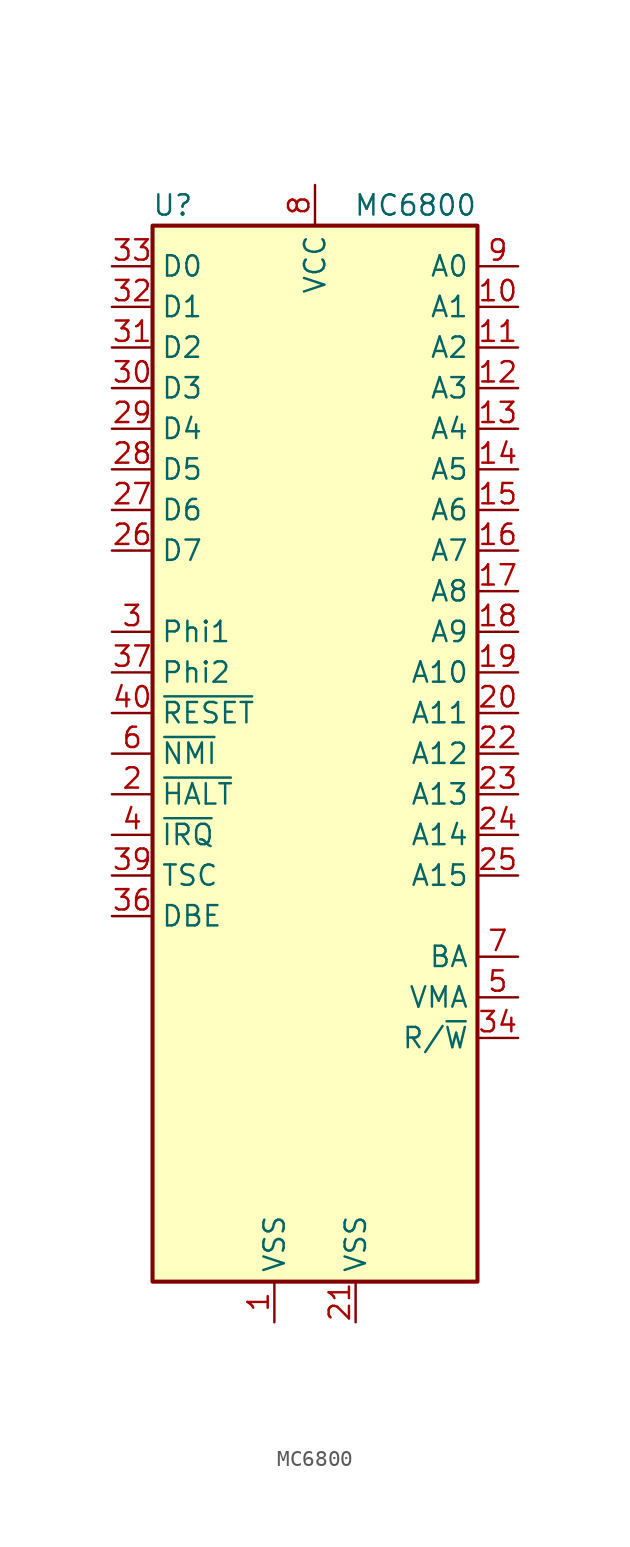
<source format=kicad_sym>
(kicad_symbol_lib
  (version 20211014)
  (generator kicad_symbol_editor)
  (symbol "MC6800"
    (property "Reference" "U"
      (at -8.89 34.29 0)
      (effects (font (size 1.27 1.27))))
    (property "Value" "MC6800"
      (at 10.16 34.29 0)
      (effects (font (size 1.27 1.27)) (justify right)))
    (symbol "MC6800_0_1"
      (rectangle (start -10.16 -33.02) (end 10.16 33.02) (stroke (width 0.254) (type default) (color 0 0 0 0)) (fill (type background))))
    (symbol "MC6800_1_1"
      (pin power_in line (at -2.54 -35.56 90) (length 2.54) (name "VSS" (effects (font (size 1.27 1.27)))) (number "1" (effects (font (size 1.27 1.27)))))
      (pin output line (at 12.7 27.94 180) (length 2.54) (name "A1" (effects (font (size 1.27 1.27)))) (number "10" (effects (font (size 1.27 1.27)))))
      (pin output line (at 12.7 25.4 180) (length 2.54) (name "A2" (effects (font (size 1.27 1.27)))) (number "11" (effects (font (size 1.27 1.27)))))
      (pin output line (at 12.7 22.86 180) (length 2.54) (name "A3" (effects (font (size 1.27 1.27)))) (number "12" (effects (font (size 1.27 1.27)))))
      (pin output line (at 12.7 20.32 180) (length 2.54) (name "A4" (effects (font (size 1.27 1.27)))) (number "13" (effects (font (size 1.27 1.27)))))
      (pin output line (at 12.7 17.78 180) (length 2.54) (name "A5" (effects (font (size 1.27 1.27)))) (number "14" (effects (font (size 1.27 1.27)))))
      (pin output line (at 12.7 15.24 180) (length 2.54) (name "A6" (effects (font (size 1.27 1.27)))) (number "15" (effects (font (size 1.27 1.27)))))
      (pin output line (at 12.7 12.7 180) (length 2.54) (name "A7" (effects (font (size 1.27 1.27)))) (number "16" (effects (font (size 1.27 1.27)))))
      (pin output line (at 12.7 10.16 180) (length 2.54) (name "A8" (effects (font (size 1.27 1.27)))) (number "17" (effects (font (size 1.27 1.27)))))
      (pin output line (at 12.7 7.62 180) (length 2.54) (name "A9" (effects (font (size 1.27 1.27)))) (number "18" (effects (font (size 1.27 1.27)))))
      (pin output line (at 12.7 5.08 180) (length 2.54) (name "A10" (effects (font (size 1.27 1.27)))) (number "19" (effects (font (size 1.27 1.27)))))
      (pin input line (at -12.7 -2.54 0) (length 2.54) (name "~{HALT}" (effects (font (size 1.27 1.27)))) (number "2" (effects (font (size 1.27 1.27)))))
      (pin output line (at 12.7 2.54 180) (length 2.54) (name "A11" (effects (font (size 1.27 1.27)))) (number "20" (effects (font (size 1.27 1.27)))))
      (pin power_in line (at 2.54 -35.56 90) (length 2.54) (name "VSS" (effects (font (size 1.27 1.27)))) (number "21" (effects (font (size 1.27 1.27)))))
      (pin output line (at 12.7 0 180) (length 2.54) (name "A12" (effects (font (size 1.27 1.27)))) (number "22" (effects (font (size 1.27 1.27)))))
      (pin output line (at 12.7 -2.54 180) (length 2.54) (name "A13" (effects (font (size 1.27 1.27)))) (number "23" (effects (font (size 1.27 1.27)))))
      (pin output line (at 12.7 -5.08 180) (length 2.54) (name "A14" (effects (font (size 1.27 1.27)))) (number "24" (effects (font (size 1.27 1.27)))))
      (pin output line (at 12.7 -7.62 180) (length 2.54) (name "A15" (effects (font (size 1.27 1.27)))) (number "25" (effects (font (size 1.27 1.27)))))
      (pin bidirectional line (at -12.7 12.7 0) (length 2.54) (name "D7" (effects (font (size 1.27 1.27)))) (number "26" (effects (font (size 1.27 1.27)))))
      (pin bidirectional line (at -12.7 15.24 0) (length 2.54) (name "D6" (effects (font (size 1.27 1.27)))) (number "27" (effects (font (size 1.27 1.27)))))
      (pin bidirectional line (at -12.7 17.78 0) (length 2.54) (name "D5" (effects (font (size 1.27 1.27)))) (number "28" (effects (font (size 1.27 1.27)))))
      (pin bidirectional line (at -12.7 20.32 0) (length 2.54) (name "D4" (effects (font (size 1.27 1.27)))) (number "29" (effects (font (size 1.27 1.27)))))
      (pin input line (at -12.7 7.62 0) (length 2.54) (name "Phi1" (effects (font (size 1.27 1.27)))) (number "3" (effects (font (size 1.27 1.27)))))
      (pin bidirectional line (at -12.7 22.86 0) (length 2.54) (name "D3" (effects (font (size 1.27 1.27)))) (number "30" (effects (font (size 1.27 1.27)))))
      (pin bidirectional line (at -12.7 25.4 0) (length 2.54) (name "D2" (effects (font (size 1.27 1.27)))) (number "31" (effects (font (size 1.27 1.27)))))
      (pin bidirectional line (at -12.7 27.94 0) (length 2.54) (name "D1" (effects (font (size 1.27 1.27)))) (number "32" (effects (font (size 1.27 1.27)))))
      (pin bidirectional line (at -12.7 30.48 0) (length 2.54) (name "D0" (effects (font (size 1.27 1.27)))) (number "33" (effects (font (size 1.27 1.27)))))
      (pin output line (at 12.7 -17.78 180) (length 2.54) (name "R/~{W}" (effects (font (size 1.27 1.27)))) (number "34" (effects (font (size 1.27 1.27)))))
      (pin no_connect line (at -10.16 -25.4 0) (length 2.54) hide (name "N.C." (effects (font (size 1.27 1.27)))) (number "35" (effects (font (size 1.27 1.27)))))
      (pin input line (at -12.7 -10.16 0) (length 2.54) (name "DBE" (effects (font (size 1.27 1.27)))) (number "36" (effects (font (size 1.27 1.27)))))
      (pin input line (at -12.7 5.08 0) (length 2.54) (name "Phi2" (effects (font (size 1.27 1.27)))) (number "37" (effects (font (size 1.27 1.27)))))
      (pin no_connect line (at -10.16 -22.86 0) (length 2.54) hide (name "N.C." (effects (font (size 1.27 1.27)))) (number "38" (effects (font (size 1.27 1.27)))))
      (pin input line (at -12.7 -7.62 0) (length 2.54) (name "TSC" (effects (font (size 1.27 1.27)))) (number "39" (effects (font (size 1.27 1.27)))))
      (pin input line (at -12.7 -5.08 0) (length 2.54) (name "~{IRQ}" (effects (font (size 1.27 1.27)))) (number "4" (effects (font (size 1.27 1.27)))))
      (pin input line (at -12.7 2.54 0) (length 2.54) (name "~{RESET}" (effects (font (size 1.27 1.27)))) (number "40" (effects (font (size 1.27 1.27)))))
      (pin output line (at 12.7 -15.24 180) (length 2.54) (name "VMA" (effects (font (size 1.27 1.27)))) (number "5" (effects (font (size 1.27 1.27)))))
      (pin input line (at -12.7 0 0) (length 2.54) (name "~{NMI}" (effects (font (size 1.27 1.27)))) (number "6" (effects (font (size 1.27 1.27)))))
      (pin output line (at 12.7 -12.7 180) (length 2.54) (name "BA" (effects (font (size 1.27 1.27)))) (number "7" (effects (font (size 1.27 1.27)))))
      (pin power_in line (at 0 35.56 270) (length 2.54) (name "VCC" (effects (font (size 1.27 1.27)))) (number "8" (effects (font (size 1.27 1.27)))))
      (pin output line (at 12.7 30.48 180) (length 2.54) (name "A0" (effects (font (size 1.27 1.27)))) (number "9" (effects (font (size 1.27 1.27))))))))
</source>
